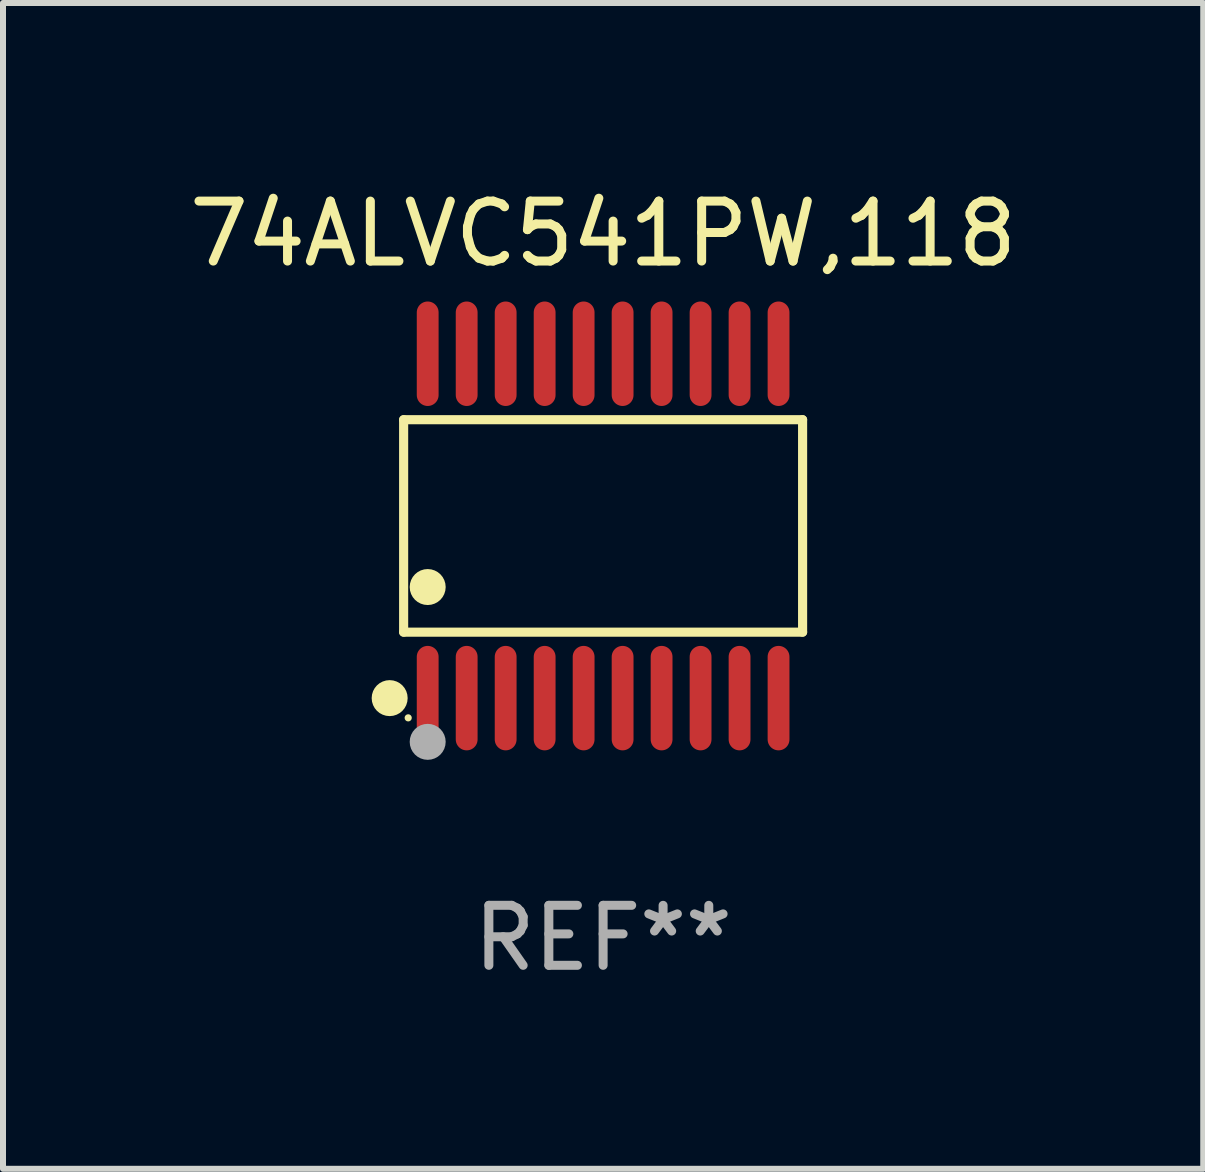
<source format=kicad_pcb>
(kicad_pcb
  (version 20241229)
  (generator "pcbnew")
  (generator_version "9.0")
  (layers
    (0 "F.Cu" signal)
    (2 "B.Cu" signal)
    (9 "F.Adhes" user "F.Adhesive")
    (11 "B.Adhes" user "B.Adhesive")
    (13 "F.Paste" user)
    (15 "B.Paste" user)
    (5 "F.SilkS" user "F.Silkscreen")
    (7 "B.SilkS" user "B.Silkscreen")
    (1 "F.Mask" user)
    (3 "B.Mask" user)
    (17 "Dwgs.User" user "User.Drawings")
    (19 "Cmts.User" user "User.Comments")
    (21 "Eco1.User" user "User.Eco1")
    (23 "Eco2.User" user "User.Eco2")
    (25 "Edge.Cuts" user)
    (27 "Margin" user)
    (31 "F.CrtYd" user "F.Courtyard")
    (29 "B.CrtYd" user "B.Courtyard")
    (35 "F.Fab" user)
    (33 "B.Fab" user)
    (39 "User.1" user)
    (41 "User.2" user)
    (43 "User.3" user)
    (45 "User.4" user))
  (footprint "74ALVC541PW,118"
    (layer "F.Cu")
    (at 7.006 5.719)
    (property "Reference" "74ALVC541PW,118" (at 0 -4.871 0) (layer "F.SilkS") (effects (font (size 1 1) (thickness 0.15))))
    (attr through_hole)
    (fp_line (start -3.326 -1.771) (end 3.326 -1.771) (stroke (width 0.152) (type solid)) (layer "F.SilkS"))
    (fp_line (start -3.326 1.771) (end -3.326 -1.771) (stroke (width 0.152) (type solid)) (layer "F.SilkS"))
    (fp_line (start 3.326 -1.771) (end 3.326 1.771) (stroke (width 0.152) (type solid)) (layer "F.SilkS"))
    (fp_line (start 3.326 1.771) (end -3.326 1.771) (stroke (width 0.152) (type solid)) (layer "F.SilkS"))
    (fp_circle (center -3.559 2.871) (end -3.409 2.871) (stroke (width 0.3) (type solid)) (fill no) (layer "F.SilkS"))
    (fp_circle (center -3.25 3.2) (end -3.22 3.2) (stroke (width 0.06) (type solid)) (fill no) (layer "F.SilkS"))
    (fp_circle (center -2.925 1.019) (end -2.775 1.019) (stroke (width 0.3) (type solid)) (fill no) (layer "F.SilkS"))
    (fp_circle (center -2.925 3.6) (end -2.775 3.6) (stroke (width 0.3) (type solid)) (fill no) (layer "F.Fab"))
    (fp_text user "REF**" (at 0 6.871 0) (layer "F.Fab") (effects (font (size 1 1) (thickness 0.15))))
    (pad "1" smd oval (at -2.925 2.871) (size 0.364 1.742) (layers "F.Cu" "F.Mask" "F.Paste"))
    (pad "2" smd oval (at -2.275 2.871) (size 0.364 1.742) (layers "F.Cu" "F.Mask" "F.Paste"))
    (pad "3" smd oval (at -1.625 2.871) (size 0.364 1.742) (layers "F.Cu" "F.Mask" "F.Paste"))
    (pad "4" smd oval (at -0.975 2.871) (size 0.364 1.742) (layers "F.Cu" "F.Mask" "F.Paste"))
    (pad "5" smd oval (at -0.325 2.871) (size 0.364 1.742) (layers "F.Cu" "F.Mask" "F.Paste"))
    (pad "6" smd oval (at 0.325 2.871) (size 0.364 1.742) (layers "F.Cu" "F.Mask" "F.Paste"))
    (pad "7" smd oval (at 0.975 2.871) (size 0.364 1.742) (layers "F.Cu" "F.Mask" "F.Paste"))
    (pad "8" smd oval (at 1.625 2.871) (size 0.364 1.742) (layers "F.Cu" "F.Mask" "F.Paste"))
    (pad "9" smd oval (at 2.275 2.871) (size 0.364 1.742) (layers "F.Cu" "F.Mask" "F.Paste"))
    (pad "10" smd oval (at 2.925 2.871) (size 0.364 1.742) (layers "F.Cu" "F.Mask" "F.Paste"))
    (pad "11" smd oval (at 2.925 -2.871) (size 0.364 1.742) (layers "F.Cu" "F.Mask" "F.Paste"))
    (pad "12" smd oval (at 2.275 -2.871) (size 0.364 1.742) (layers "F.Cu" "F.Mask" "F.Paste"))
    (pad "13" smd oval (at 1.625 -2.871) (size 0.364 1.742) (layers "F.Cu" "F.Mask" "F.Paste"))
    (pad "14" smd oval (at 0.975 -2.871) (size 0.364 1.742) (layers "F.Cu" "F.Mask" "F.Paste"))
    (pad "15" smd oval (at 0.325 -2.871) (size 0.364 1.742) (layers "F.Cu" "F.Mask" "F.Paste"))
    (pad "16" smd oval (at -0.325 -2.871) (size 0.364 1.742) (layers "F.Cu" "F.Mask" "F.Paste"))
    (pad "17" smd oval (at -0.975 -2.871) (size 0.364 1.742) (layers "F.Cu" "F.Mask" "F.Paste"))
    (pad "18" smd oval (at -1.625 -2.871) (size 0.364 1.742) (layers "F.Cu" "F.Mask" "F.Paste"))
    (pad "19" smd oval (at -2.275 -2.871) (size 0.364 1.742) (layers "F.Cu" "F.Mask" "F.Paste"))
    (pad "20" smd oval (at -2.925 -2.871) (size 0.364 1.742) (layers "F.Cu" "F.Mask" "F.Paste")))
  (gr_rect
    (start -3 -3)
    (end 17.012 16.438)
    (stroke (width 0.1) (type default))
    (fill no)
    (layer "Edge.Cuts")))
</source>
